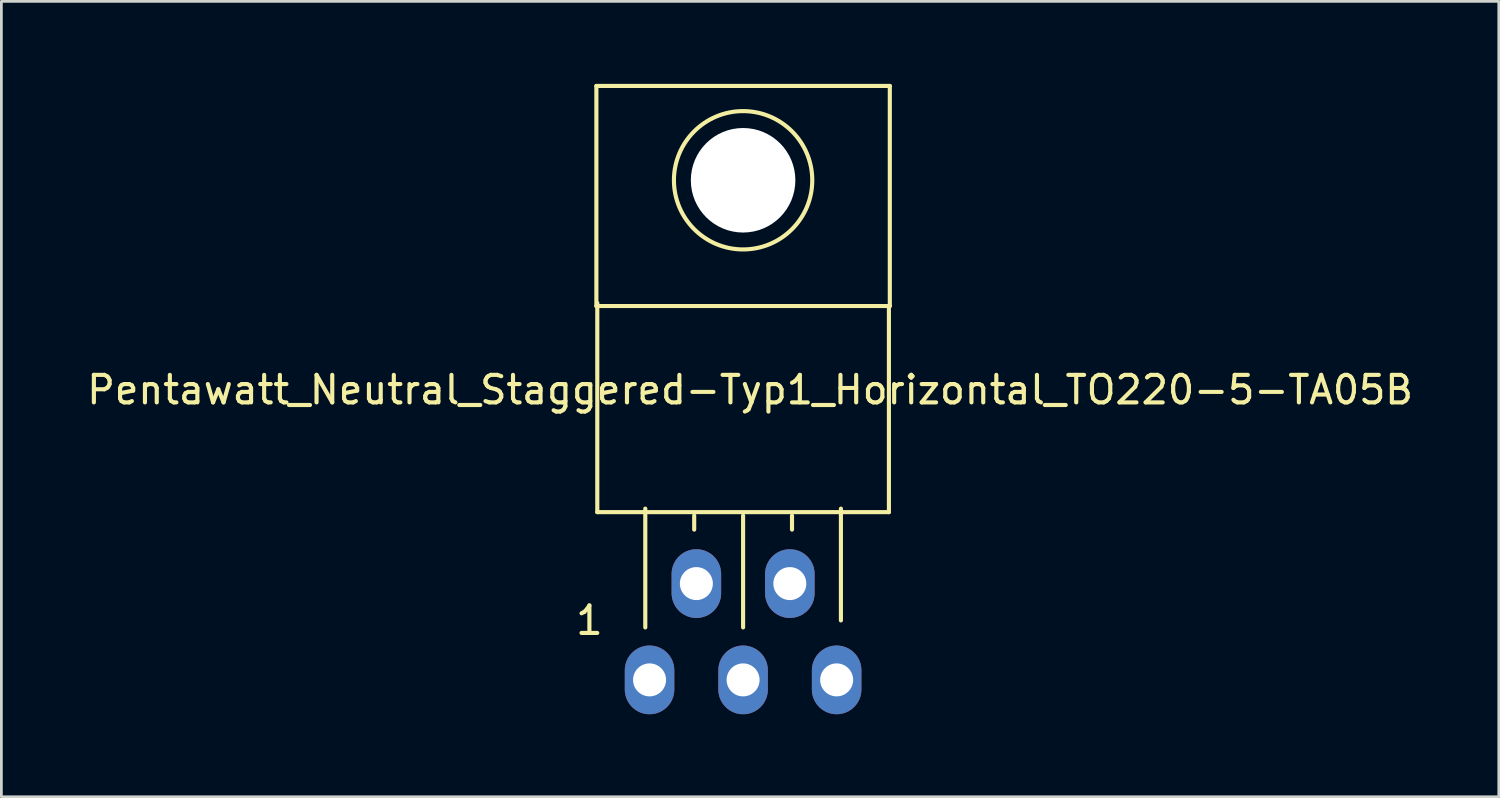
<source format=kicad_pcb>
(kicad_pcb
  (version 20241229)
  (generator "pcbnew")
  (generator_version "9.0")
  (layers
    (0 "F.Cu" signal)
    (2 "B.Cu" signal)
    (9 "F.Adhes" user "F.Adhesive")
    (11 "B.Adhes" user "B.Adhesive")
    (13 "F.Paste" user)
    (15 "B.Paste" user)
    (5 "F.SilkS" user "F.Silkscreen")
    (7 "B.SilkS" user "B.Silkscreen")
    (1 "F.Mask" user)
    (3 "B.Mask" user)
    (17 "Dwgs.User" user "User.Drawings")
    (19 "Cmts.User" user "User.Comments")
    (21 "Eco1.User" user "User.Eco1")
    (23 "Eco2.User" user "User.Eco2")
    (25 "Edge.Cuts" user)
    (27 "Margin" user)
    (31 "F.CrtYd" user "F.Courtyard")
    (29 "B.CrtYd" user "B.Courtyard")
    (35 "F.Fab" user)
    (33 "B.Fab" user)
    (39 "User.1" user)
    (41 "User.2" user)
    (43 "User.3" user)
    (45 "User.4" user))
  (footprint "Pentawatt_Neutral_Staggered-Typ1_Horizontal_TO220-5-TA05B"
    (layer "F.Cu")
    (at 23.966 20.268)
    (property "Reference" "Pentawatt_Neutral_Staggered-Typ1_Horizontal_TO220-5-TA05B" (at 0.254 -9.144 0) (layer "F.SilkS") (effects (font (size 1 1) (thickness 0.15))))
    (attr through_hole)
    (fp_line (start -5.334 -20.193) (end -5.334 -12.192) (stroke (width 0.15) (type solid)) (layer "F.SilkS"))
    (fp_line (start -5.301 -4.699) (end -5.301 -12.301) (stroke (width 0.15) (type solid)) (layer "F.SilkS"))
    (fp_line (start -5.301 -4.699) (end 5.301 -4.699) (stroke (width 0.15) (type solid)) (layer "F.SilkS"))
    (fp_line (start -3.556 -4.826) (end -3.556 -0.508) (stroke (width 0.15) (type solid)) (layer "F.SilkS"))
    (fp_line (start -1.778 -4.572) (end -1.778 -4.064) (stroke (width 0.15) (type solid)) (layer "F.SilkS"))
    (fp_line (start 0 -4.572) (end 0 -0.508) (stroke (width 0.15) (type solid)) (layer "F.SilkS"))
    (fp_line (start 1.778 -4.572) (end 1.778 -4.064) (stroke (width 0.15) (type solid)) (layer "F.SilkS"))
    (fp_line (start 3.556 -4.826) (end 3.556 -0.762) (stroke (width 0.15) (type solid)) (layer "F.SilkS"))
    (fp_line (start 5.301 -12.2) (end 5.301 -4.699) (stroke (width 0.15) (type solid)) (layer "F.SilkS"))
    (fp_line (start 5.334 -20.193) (end -5.334 -20.193) (stroke (width 0.15) (type solid)) (layer "F.SilkS"))
    (fp_line (start 5.334 -12.192) (end -5.334 -12.192) (stroke (width 0.15) (type solid)) (layer "F.SilkS"))
    (fp_line (start 5.334 -12.192) (end 5.334 -20.193) (stroke (width 0.15) (type solid)) (layer "F.SilkS"))
    (fp_circle (center 0 -16.764) (end 1.778 -14.986) (stroke (width 0.15) (type solid)) (fill no) (layer "F.SilkS"))
    (fp_text user "1" (at -5.588 -0.762 0) (layer "F.SilkS") (effects (font (size 1 1) (thickness 0.15))))
    (pad "" np_thru_hole circle (at 0 -16.764 90) (size 3.8 3.8) (drill 3.8) (layers "*.Cu" "*.Mask"))
    (pad "1" thru_hole oval (at -3.401 1.4 90) (size 2.499 1.801) (drill 1.199) (layers "*.Cu" "*.Mask"))
    (pad "2" thru_hole oval (at -1.699 -2.101 90) (size 2.499 1.801) (drill 1.199) (layers "*.Cu" "*.Mask"))
    (pad "3" thru_hole oval (at 0 1.4 90) (size 2.499 1.801) (drill 1.199) (layers "*.Cu" "*.Mask"))
    (pad "4" thru_hole oval (at 1.699 -2.101 90) (size 2.499 1.801) (drill 1.199) (layers "*.Cu" "*.Mask"))
    (pad "5" thru_hole oval (at 3.401 1.4 90) (size 2.499 1.801) (drill 1.199) (layers "*.Cu" "*.Mask")))
  (gr_rect
    (start -3 -3)
    (end 51.44 25.917)
    (stroke (width 0.1) (type default))
    (fill no)
    (layer "Edge.Cuts")))
</source>
